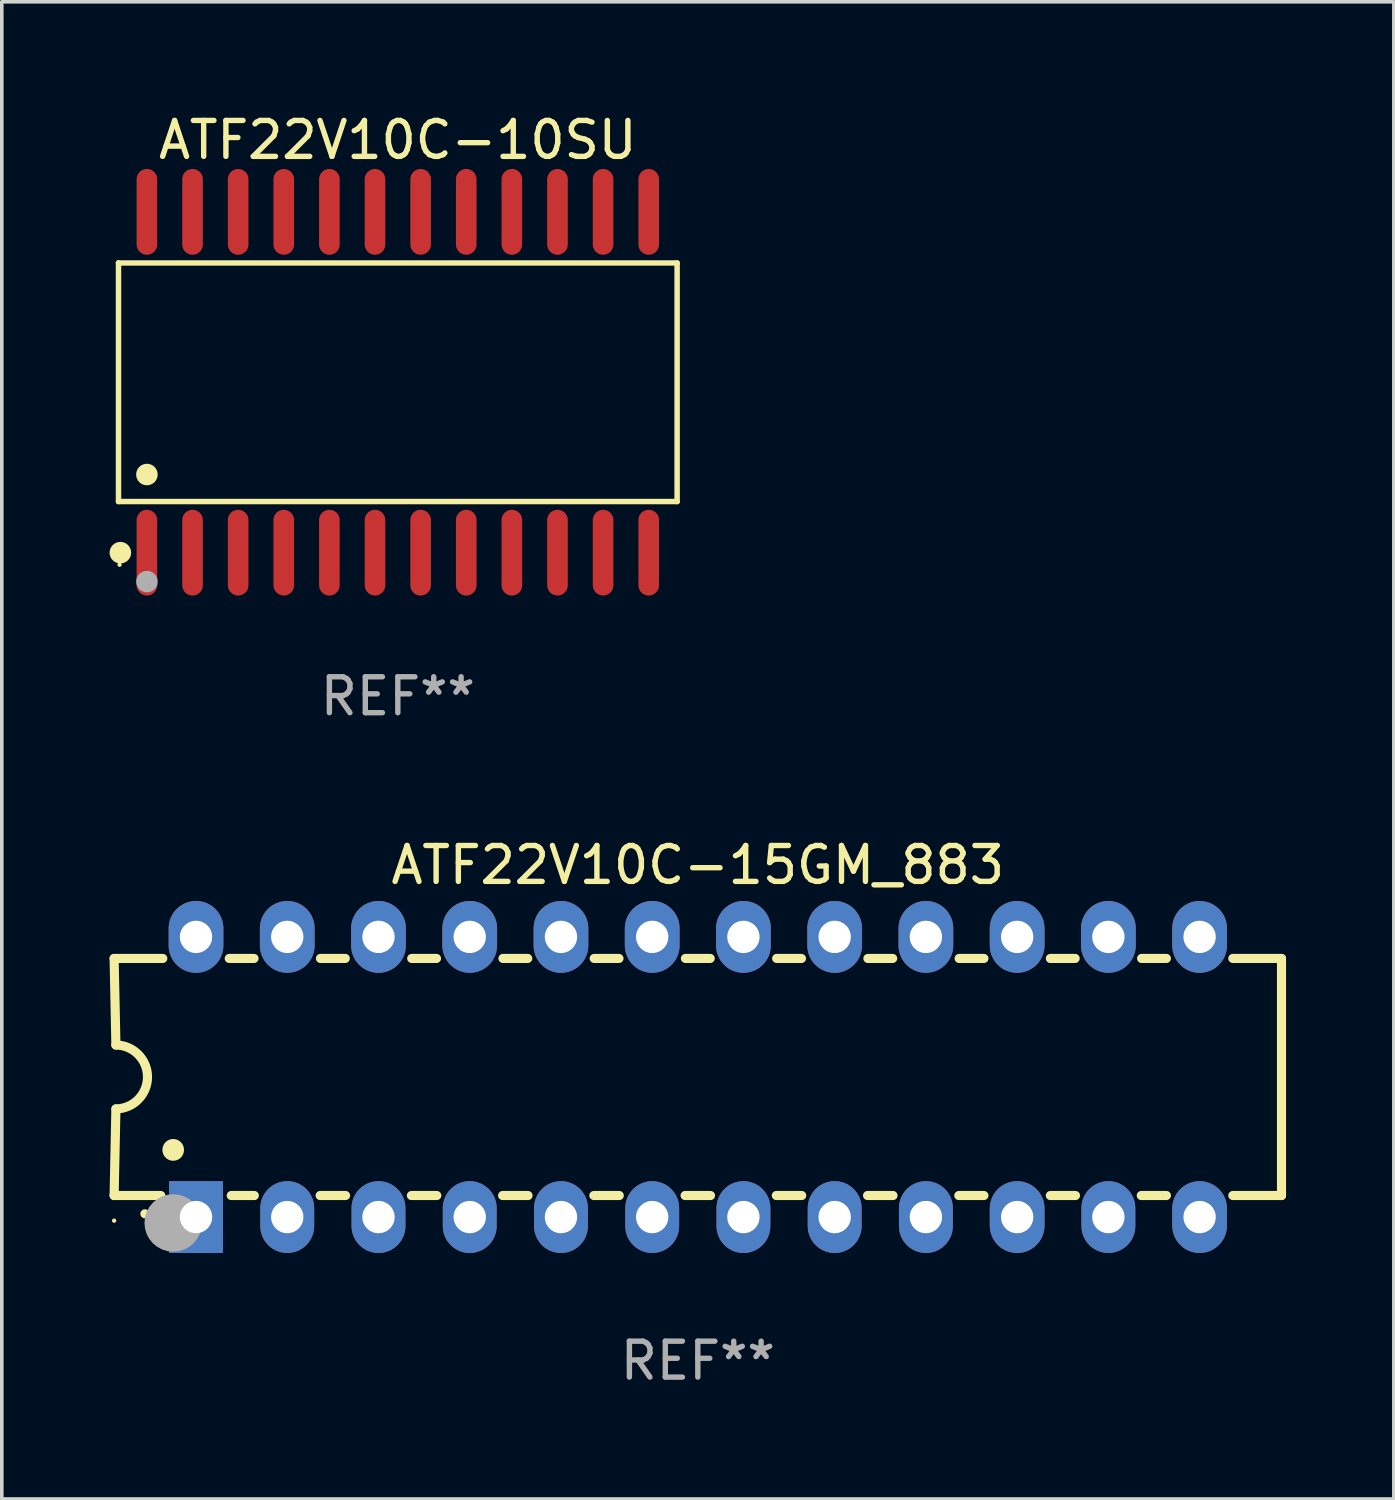
<source format=kicad_pcb>
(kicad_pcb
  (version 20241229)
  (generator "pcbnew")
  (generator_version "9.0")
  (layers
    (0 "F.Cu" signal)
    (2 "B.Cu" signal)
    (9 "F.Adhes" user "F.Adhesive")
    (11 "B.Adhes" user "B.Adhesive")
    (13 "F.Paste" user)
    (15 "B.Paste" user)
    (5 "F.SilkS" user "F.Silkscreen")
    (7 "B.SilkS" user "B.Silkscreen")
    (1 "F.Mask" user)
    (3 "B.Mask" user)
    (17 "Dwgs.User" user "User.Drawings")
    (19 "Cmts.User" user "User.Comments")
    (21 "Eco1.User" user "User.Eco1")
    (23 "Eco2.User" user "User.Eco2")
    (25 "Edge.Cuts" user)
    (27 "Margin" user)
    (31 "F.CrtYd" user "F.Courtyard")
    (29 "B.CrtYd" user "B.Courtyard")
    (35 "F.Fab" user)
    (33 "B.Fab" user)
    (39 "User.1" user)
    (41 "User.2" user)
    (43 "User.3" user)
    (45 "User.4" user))
  (footprint "ATF22V10C-15GM_883"
    (layer "F.Cu")
    (at 16.377 26.933)
    (property "Reference" "ATF22V10C-15GM_883" (at 0 -5.9 0) (layer "F.SilkS") (effects (font (size 1 1) (thickness 0.15))))
    (attr through_hole)
    (fp_line (start -16.25 -3.3) (end -16.2 -0.889) (stroke (width 0.254) (type solid)) (layer "F.SilkS"))
    (fp_line (start -16.25 -3.3) (end -14.895 -3.3) (stroke (width 0.254) (type solid)) (layer "F.SilkS"))
    (fp_line (start -16.25 3.3) (end -16.2 0.889) (stroke (width 0.254) (type solid)) (layer "F.SilkS"))
    (fp_line (start -16.25 3.3) (end -14.951 3.3) (stroke (width 0.254) (type solid)) (layer "F.SilkS"))
    (fp_line (start -13.045 -3.3) (end -12.355 -3.3) (stroke (width 0.254) (type solid)) (layer "F.SilkS"))
    (fp_line (start -12.989 3.3) (end -12.347 3.3) (stroke (width 0.254) (type solid)) (layer "F.SilkS"))
    (fp_line (start -10.514 3.3) (end -9.807 3.3) (stroke (width 0.254) (type solid)) (layer "F.SilkS"))
    (fp_line (start -10.505 -3.3) (end -9.815 -3.3) (stroke (width 0.254) (type solid)) (layer "F.SilkS"))
    (fp_line (start -7.974 3.3) (end -7.267 3.3) (stroke (width 0.254) (type solid)) (layer "F.SilkS"))
    (fp_line (start -7.965 -3.3) (end -7.275 -3.3) (stroke (width 0.254) (type solid)) (layer "F.SilkS"))
    (fp_line (start -5.434 3.3) (end -4.727 3.3) (stroke (width 0.254) (type solid)) (layer "F.SilkS"))
    (fp_line (start -5.425 -3.3) (end -4.735 -3.3) (stroke (width 0.254) (type solid)) (layer "F.SilkS"))
    (fp_line (start -2.894 3.3) (end -2.187 3.3) (stroke (width 0.254) (type solid)) (layer "F.SilkS"))
    (fp_line (start -2.885 -3.3) (end -2.195 -3.3) (stroke (width 0.254) (type solid)) (layer "F.SilkS"))
    (fp_line (start -0.354 3.3) (end 0.353 3.3) (stroke (width 0.254) (type solid)) (layer "F.SilkS"))
    (fp_line (start -0.345 -3.3) (end 0.345 -3.3) (stroke (width 0.254) (type solid)) (layer "F.SilkS"))
    (fp_line (start 2.186 3.3) (end 2.893 3.3) (stroke (width 0.254) (type solid)) (layer "F.SilkS"))
    (fp_line (start 2.195 -3.3) (end 2.885 -3.3) (stroke (width 0.254) (type solid)) (layer "F.SilkS"))
    (fp_line (start 4.726 3.3) (end 5.434 3.3) (stroke (width 0.254) (type solid)) (layer "F.SilkS"))
    (fp_line (start 4.735 -3.3) (end 5.425 -3.3) (stroke (width 0.254) (type solid)) (layer "F.SilkS"))
    (fp_line (start 7.266 3.3) (end 7.965 3.3) (stroke (width 0.254) (type solid)) (layer "F.SilkS"))
    (fp_line (start 7.275 -3.3) (end 7.965 -3.3) (stroke (width 0.254) (type solid)) (layer "F.SilkS"))
    (fp_line (start 9.815 -3.3) (end 10.505 -3.3) (stroke (width 0.254) (type solid)) (layer "F.SilkS"))
    (fp_line (start 9.815 3.3) (end 10.514 3.3) (stroke (width 0.254) (type solid)) (layer "F.SilkS"))
    (fp_line (start 12.346 3.3) (end 13.045 3.3) (stroke (width 0.254) (type solid)) (layer "F.SilkS"))
    (fp_line (start 12.355 -3.3) (end 13.045 -3.3) (stroke (width 0.254) (type solid)) (layer "F.SilkS"))
    (fp_line (start 16.25 -3.3) (end 14.895 -3.3) (stroke (width 0.254) (type solid)) (layer "F.SilkS"))
    (fp_line (start 16.25 -3.3) (end 16.25 3.3) (stroke (width 0.254) (type solid)) (layer "F.SilkS"))
    (fp_line (start 16.25 3.3) (end 14.895 3.3) (stroke (width 0.254) (type solid)) (layer "F.SilkS"))
    (fp_arc (start -16.201016 -0.890146) (mid -15.311429 -0.001055) (end -16.200025 0.889027) (stroke (width 0.254001) (type solid)) (layer "F.SilkS"))
    (fp_arc (start -15.394971 3.810033) (mid -15.394978 3.808763) (end -15.394971 3.807493) (stroke (width 0.25) (type solid)) (layer "F.SilkS"))
    (fp_arc (start -14.605029 2.032029) (mid -14.60504 2.029489) (end -14.605029 2.026949) (stroke (width 0.6) (type solid)) (layer "F.SilkS"))
    (fp_circle (center -16.25 4) (end -16.22 4) (stroke (width 0.06) (type solid)) (fill no) (layer "F.SilkS"))
    (fp_circle (center -14.605 4.064) (end -14.205 4.064) (stroke (width 0.8) (type solid)) (fill no) (layer "F.Fab"))
    (fp_text user "REF**" (at 0 7.9 0) (layer "F.Fab") (effects (font (size 1 1) (thickness 0.15))))
    (pad "1" thru_hole rect (at -13.97 3.9 90) (size 2 1.5) (drill 0.9) (layers "*.Cu" "*.Mask"))
    (pad "2" thru_hole oval (at -11.43 3.9 90) (size 2 1.5) (drill 0.9) (layers "*.Cu" "*.Mask"))
    (pad "3" thru_hole oval (at -8.89 3.9 90) (size 2 1.5) (drill 0.9) (layers "*.Cu" "*.Mask"))
    (pad "4" thru_hole oval (at -6.35 3.9 90) (size 2 1.5) (drill 0.9) (layers "*.Cu" "*.Mask"))
    (pad "5" thru_hole oval (at -3.81 3.9 90) (size 2 1.5) (drill 0.9) (layers "*.Cu" "*.Mask"))
    (pad "6" thru_hole oval (at -1.27 3.9 90) (size 2 1.5) (drill 0.9) (layers "*.Cu" "*.Mask"))
    (pad "7" thru_hole oval (at 1.27 3.9 90) (size 2 1.5) (drill 0.9) (layers "*.Cu" "*.Mask"))
    (pad "8" thru_hole oval (at 3.81 3.9 90) (size 2 1.5) (drill 0.9) (layers "*.Cu" "*.Mask"))
    (pad "9" thru_hole oval (at 6.35 3.9 90) (size 2 1.5) (drill 0.9) (layers "*.Cu" "*.Mask"))
    (pad "10" thru_hole oval (at 8.89 3.9 90) (size 2 1.524) (drill 0.9) (layers "*.Cu" "*.Mask"))
    (pad "11" thru_hole oval (at 11.43 3.9 90) (size 2 1.5) (drill 0.9) (layers "*.Cu" "*.Mask"))
    (pad "12" thru_hole oval (at 13.97 3.9 90) (size 2 1.524) (drill 0.9) (layers "*.Cu" "*.Mask"))
    (pad "13" thru_hole oval (at 13.97 -3.9 90) (size 2 1.524) (drill 0.9) (layers "*.Cu" "*.Mask"))
    (pad "14" thru_hole oval (at 11.43 -3.9 90) (size 2 1.524) (drill 0.9) (layers "*.Cu" "*.Mask"))
    (pad "15" thru_hole oval (at 8.89 -3.9 90) (size 2 1.524) (drill 0.9) (layers "*.Cu" "*.Mask"))
    (pad "16" thru_hole oval (at 6.35 -3.9 90) (size 2 1.524) (drill 0.9) (layers "*.Cu" "*.Mask"))
    (pad "17" thru_hole oval (at 3.81 -3.9 90) (size 2 1.524) (drill 0.9) (layers "*.Cu" "*.Mask"))
    (pad "18" thru_hole oval (at 1.27 -3.9 90) (size 2 1.524) (drill 0.9) (layers "*.Cu" "*.Mask"))
    (pad "19" thru_hole oval (at -1.27 -3.9 90) (size 2 1.524) (drill 0.9) (layers "*.Cu" "*.Mask"))
    (pad "20" thru_hole oval (at -3.81 -3.9 90) (size 2 1.524) (drill 0.9) (layers "*.Cu" "*.Mask"))
    (pad "21" thru_hole oval (at -6.35 -3.9 90) (size 2 1.524) (drill 0.9) (layers "*.Cu" "*.Mask"))
    (pad "22" thru_hole oval (at -8.89 -3.9 90) (size 2 1.524) (drill 0.9) (layers "*.Cu" "*.Mask"))
    (pad "23" thru_hole oval (at -11.43 -3.9 90) (size 2 1.524) (drill 0.9) (layers "*.Cu" "*.Mask"))
    (pad "24" thru_hole oval (at -13.97 -3.9 90) (size 2 1.524) (drill 0.9) (layers "*.Cu" "*.Mask")))
  (footprint "ATF22V10C-10SU"
    (layer "F.Cu")
    (at 8.025 7.592)
    (property "Reference" "ATF22V10C-10SU" (at 0 -6.744 0) (layer "F.SilkS") (effects (font (size 1 1) (thickness 0.15))))
    (attr through_hole)
    (fp_line (start -7.776 -3.321) (end 7.776 -3.321) (stroke (width 0.152) (type solid)) (layer "F.SilkS"))
    (fp_line (start -7.776 3.321) (end -7.776 -3.321) (stroke (width 0.152) (type solid)) (layer "F.SilkS"))
    (fp_line (start 7.776 -3.321) (end 7.776 3.321) (stroke (width 0.152) (type solid)) (layer "F.SilkS"))
    (fp_line (start 7.776 3.321) (end -7.776 3.321) (stroke (width 0.152) (type solid)) (layer "F.SilkS"))
    (fp_circle (center -7.747 5.08) (end -7.717 5.08) (stroke (width 0.06) (type solid)) (fill no) (layer "F.SilkS"))
    (fp_circle (center -7.724 4.744) (end -7.574 4.744) (stroke (width 0.3) (type solid)) (fill no) (layer "F.SilkS"))
    (fp_circle (center -6.985 2.569) (end -6.835 2.569) (stroke (width 0.3) (type solid)) (fill no) (layer "F.SilkS"))
    (fp_circle (center -6.985 5.55) (end -6.835 5.55) (stroke (width 0.3) (type solid)) (fill no) (layer "F.Fab"))
    (fp_text user "REF**" (at 0 8.744 0) (layer "F.Fab") (effects (font (size 1 1) (thickness 0.15))))
    (pad "1" smd oval (at -6.985 4.744) (size 0.574 2.388) (layers "F.Cu" "F.Mask" "F.Paste"))
    (pad "2" smd oval (at -5.715 4.744) (size 0.574 2.388) (layers "F.Cu" "F.Mask" "F.Paste"))
    (pad "3" smd oval (at -4.445 4.744) (size 0.574 2.388) (layers "F.Cu" "F.Mask" "F.Paste"))
    (pad "4" smd oval (at -3.175 4.744) (size 0.574 2.388) (layers "F.Cu" "F.Mask" "F.Paste"))
    (pad "5" smd oval (at -1.905 4.744) (size 0.574 2.388) (layers "F.Cu" "F.Mask" "F.Paste"))
    (pad "6" smd oval (at -0.635 4.744) (size 0.574 2.388) (layers "F.Cu" "F.Mask" "F.Paste"))
    (pad "7" smd oval (at 0.635 4.744) (size 0.574 2.388) (layers "F.Cu" "F.Mask" "F.Paste"))
    (pad "8" smd oval (at 1.905 4.744) (size 0.574 2.388) (layers "F.Cu" "F.Mask" "F.Paste"))
    (pad "9" smd oval (at 3.175 4.744) (size 0.574 2.388) (layers "F.Cu" "F.Mask" "F.Paste"))
    (pad "10" smd oval (at 4.445 4.744) (size 0.574 2.388) (layers "F.Cu" "F.Mask" "F.Paste"))
    (pad "11" smd oval (at 5.715 4.744) (size 0.574 2.388) (layers "F.Cu" "F.Mask" "F.Paste"))
    (pad "12" smd oval (at 6.985 4.744) (size 0.574 2.388) (layers "F.Cu" "F.Mask" "F.Paste"))
    (pad "13" smd oval (at 6.985 -4.744) (size 0.574 2.388) (layers "F.Cu" "F.Mask" "F.Paste"))
    (pad "14" smd oval (at 5.715 -4.744) (size 0.574 2.388) (layers "F.Cu" "F.Mask" "F.Paste"))
    (pad "15" smd oval (at 4.445 -4.744) (size 0.574 2.388) (layers "F.Cu" "F.Mask" "F.Paste"))
    (pad "16" smd oval (at 3.175 -4.744) (size 0.574 2.388) (layers "F.Cu" "F.Mask" "F.Paste"))
    (pad "17" smd oval (at 1.905 -4.744) (size 0.574 2.388) (layers "F.Cu" "F.Mask" "F.Paste"))
    (pad "18" smd oval (at 0.635 -4.744) (size 0.574 2.388) (layers "F.Cu" "F.Mask" "F.Paste"))
    (pad "19" smd oval (at -0.635 -4.744) (size 0.574 2.388) (layers "F.Cu" "F.Mask" "F.Paste"))
    (pad "20" smd oval (at -1.905 -4.744) (size 0.574 2.388) (layers "F.Cu" "F.Mask" "F.Paste"))
    (pad "21" smd oval (at -3.175 -4.744) (size 0.574 2.388) (layers "F.Cu" "F.Mask" "F.Paste"))
    (pad "22" smd oval (at -4.445 -4.744) (size 0.574 2.388) (layers "F.Cu" "F.Mask" "F.Paste"))
    (pad "23" smd oval (at -5.715 -4.744) (size 0.574 2.388) (layers "F.Cu" "F.Mask" "F.Paste"))
    (pad "24" smd oval (at -6.985 -4.744) (size 0.574 2.388) (layers "F.Cu" "F.Mask" "F.Paste")))
  (gr_rect
    (start -3 -3)
    (end 35.754 38.681)
    (stroke (width 0.1) (type default))
    (fill no)
    (layer "Edge.Cuts")))
</source>
